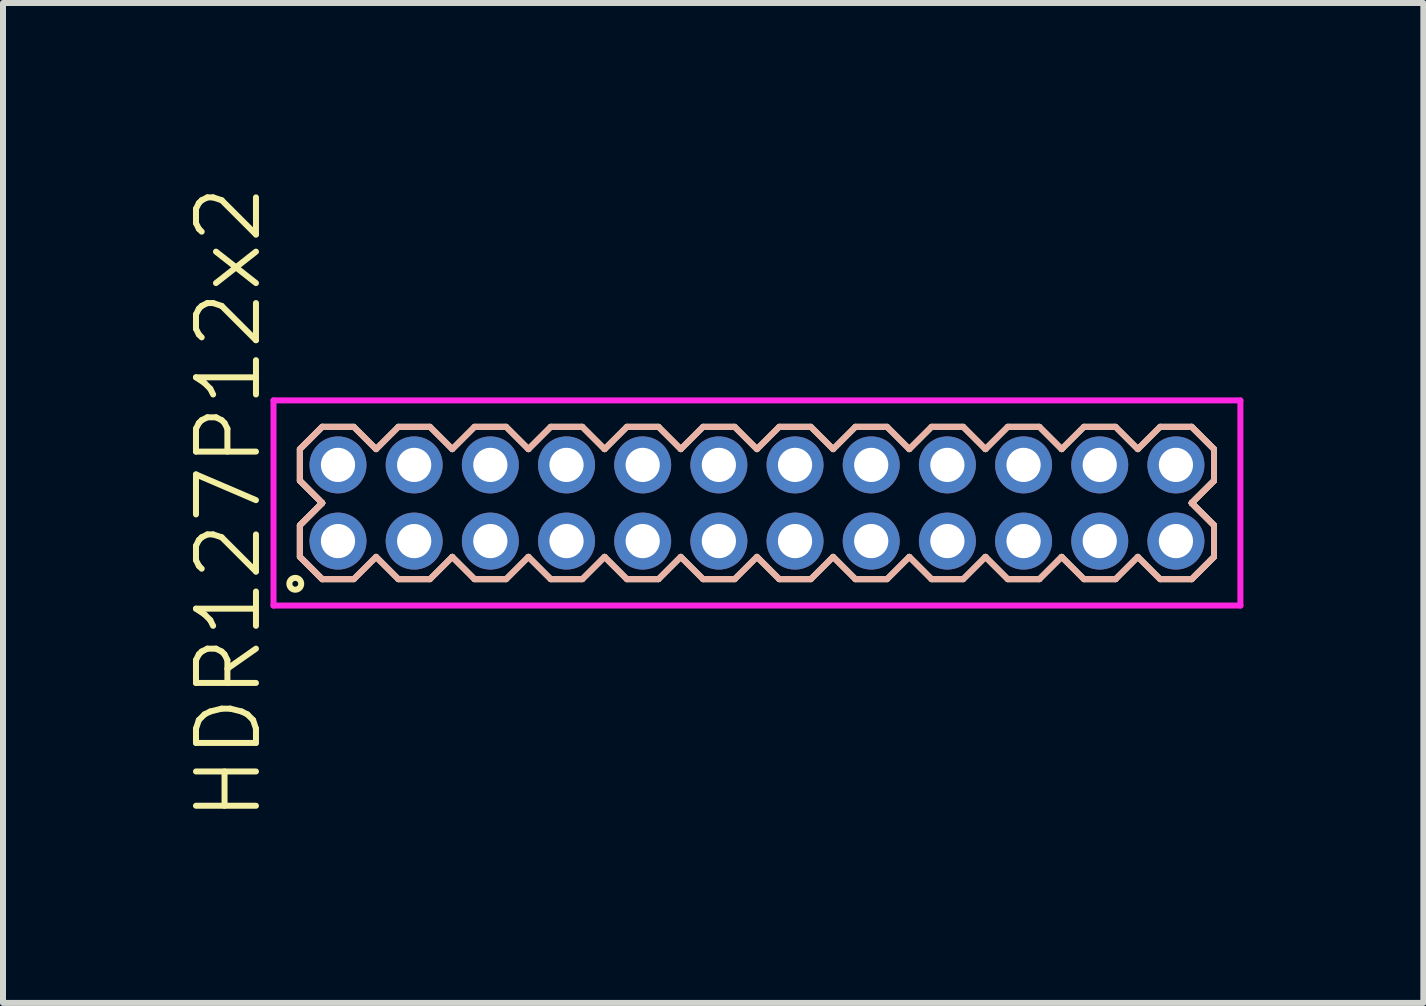
<source format=kicad_pcb>
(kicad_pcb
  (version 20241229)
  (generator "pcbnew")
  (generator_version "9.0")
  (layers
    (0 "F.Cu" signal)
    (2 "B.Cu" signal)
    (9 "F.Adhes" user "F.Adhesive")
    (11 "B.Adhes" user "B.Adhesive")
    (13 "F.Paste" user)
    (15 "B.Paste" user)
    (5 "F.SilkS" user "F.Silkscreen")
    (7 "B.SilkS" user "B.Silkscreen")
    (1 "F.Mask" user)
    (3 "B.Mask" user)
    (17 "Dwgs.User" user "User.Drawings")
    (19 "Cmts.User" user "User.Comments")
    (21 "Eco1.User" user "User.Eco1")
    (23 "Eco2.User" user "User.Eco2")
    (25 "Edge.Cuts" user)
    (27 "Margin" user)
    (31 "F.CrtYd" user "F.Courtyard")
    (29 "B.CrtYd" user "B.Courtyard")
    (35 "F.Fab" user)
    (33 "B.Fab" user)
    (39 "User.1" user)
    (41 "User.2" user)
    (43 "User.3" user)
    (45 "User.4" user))
  (footprint "HDR127P12x2"
    (layer "F.Cu")
    (at 9.57 5.336)
    (property "Reference" "HDR127P12x2" (at -8.81 0 90) (layer "F.SilkS") (effects (font (size 1 1) (thickness 0.1))))
    (attr through_hole)
    (fp_line (start -7.62 -0.898) (end -7.248 -1.27) (stroke (width 0.1) (type solid)) (layer "F.SilkS"))
    (fp_line (start -7.62 -0.898) (end -7.248 -1.27) (stroke (width 0.1) (type solid)) (layer "F.SilkS"))
    (fp_line (start -7.62 -0.372) (end -7.62 -0.898) (stroke (width 0.1) (type solid)) (layer "F.SilkS"))
    (fp_line (start -7.62 -0.372) (end -7.62 -0.898) (stroke (width 0.1) (type solid)) (layer "F.SilkS"))
    (fp_line (start -7.62 0.372) (end -7.248 0) (stroke (width 0.1) (type solid)) (layer "F.SilkS"))
    (fp_line (start -7.62 0.372) (end -7.248 0) (stroke (width 0.1) (type solid)) (layer "F.SilkS"))
    (fp_line (start -7.62 0.898) (end -7.62 0.372) (stroke (width 0.1) (type solid)) (layer "F.SilkS"))
    (fp_line (start -7.62 0.898) (end -7.62 0.372) (stroke (width 0.1) (type solid)) (layer "F.SilkS"))
    (fp_line (start -7.248 -1.27) (end -6.722 -1.27) (stroke (width 0.1) (type solid)) (layer "F.SilkS"))
    (fp_line (start -7.248 0) (end -7.62 -0.372) (stroke (width 0.1) (type solid)) (layer "F.SilkS"))
    (fp_line (start -7.248 0) (end -7.62 -0.372) (stroke (width 0.1) (type solid)) (layer "F.SilkS"))
    (fp_line (start -7.248 1.27) (end -7.62 0.898) (stroke (width 0.1) (type solid)) (layer "F.SilkS"))
    (fp_line (start -7.248 1.27) (end -7.62 0.898) (stroke (width 0.1) (type solid)) (layer "F.SilkS"))
    (fp_line (start -6.722 -1.27) (end -6.35 -0.898) (stroke (width 0.1) (type solid)) (layer "F.SilkS"))
    (fp_line (start -6.722 1.27) (end -7.248 1.27) (stroke (width 0.1) (type solid)) (layer "F.SilkS"))
    (fp_line (start -6.35 -0.898) (end -5.978 -1.27) (stroke (width 0.1) (type solid)) (layer "F.SilkS"))
    (fp_line (start -6.35 0.898) (end -6.722 1.27) (stroke (width 0.1) (type solid)) (layer "F.SilkS"))
    (fp_line (start -5.978 -1.27) (end -5.452 -1.27) (stroke (width 0.1) (type solid)) (layer "F.SilkS"))
    (fp_line (start -5.978 1.27) (end -6.35 0.898) (stroke (width 0.1) (type solid)) (layer "F.SilkS"))
    (fp_line (start -5.452 -1.27) (end -5.08 -0.898) (stroke (width 0.1) (type solid)) (layer "F.SilkS"))
    (fp_line (start -5.452 1.27) (end -5.978 1.27) (stroke (width 0.1) (type solid)) (layer "F.SilkS"))
    (fp_line (start -5.08 -0.898) (end -4.708 -1.27) (stroke (width 0.1) (type solid)) (layer "F.SilkS"))
    (fp_line (start -5.08 0.898) (end -5.452 1.27) (stroke (width 0.1) (type solid)) (layer "F.SilkS"))
    (fp_line (start -4.708 -1.27) (end -4.182 -1.27) (stroke (width 0.1) (type solid)) (layer "F.SilkS"))
    (fp_line (start -4.708 1.27) (end -5.08 0.898) (stroke (width 0.1) (type solid)) (layer "F.SilkS"))
    (fp_line (start -4.182 -1.27) (end -3.81 -0.898) (stroke (width 0.1) (type solid)) (layer "F.SilkS"))
    (fp_line (start -4.182 1.27) (end -4.708 1.27) (stroke (width 0.1) (type solid)) (layer "F.SilkS"))
    (fp_line (start -3.81 -0.898) (end -3.438 -1.27) (stroke (width 0.1) (type solid)) (layer "F.SilkS"))
    (fp_line (start -3.81 0.898) (end -4.182 1.27) (stroke (width 0.1) (type solid)) (layer "F.SilkS"))
    (fp_line (start -3.438 -1.27) (end -2.912 -1.27) (stroke (width 0.1) (type solid)) (layer "F.SilkS"))
    (fp_line (start -3.438 1.27) (end -3.81 0.898) (stroke (width 0.1) (type solid)) (layer "F.SilkS"))
    (fp_line (start -2.912 -1.27) (end -2.54 -0.898) (stroke (width 0.1) (type solid)) (layer "F.SilkS"))
    (fp_line (start -2.912 1.27) (end -3.438 1.27) (stroke (width 0.1) (type solid)) (layer "F.SilkS"))
    (fp_line (start -2.54 -0.898) (end -2.168 -1.27) (stroke (width 0.1) (type solid)) (layer "F.SilkS"))
    (fp_line (start -2.54 0.898) (end -2.912 1.27) (stroke (width 0.1) (type solid)) (layer "F.SilkS"))
    (fp_line (start -2.168 -1.27) (end -1.642 -1.27) (stroke (width 0.1) (type solid)) (layer "F.SilkS"))
    (fp_line (start -2.168 1.27) (end -2.54 0.898) (stroke (width 0.1) (type solid)) (layer "F.SilkS"))
    (fp_line (start -1.642 -1.27) (end -1.27 -0.898) (stroke (width 0.1) (type solid)) (layer "F.SilkS"))
    (fp_line (start -1.642 1.27) (end -2.168 1.27) (stroke (width 0.1) (type solid)) (layer "F.SilkS"))
    (fp_line (start -1.27 -0.898) (end -0.898 -1.27) (stroke (width 0.1) (type solid)) (layer "F.SilkS"))
    (fp_line (start -1.27 0.898) (end -1.642 1.27) (stroke (width 0.1) (type solid)) (layer "F.SilkS"))
    (fp_line (start -0.898 -1.27) (end -0.372 -1.27) (stroke (width 0.1) (type solid)) (layer "F.SilkS"))
    (fp_line (start -0.898 1.27) (end -1.27 0.898) (stroke (width 0.1) (type solid)) (layer "F.SilkS"))
    (fp_line (start -0.372 -1.27) (end 0 -0.898) (stroke (width 0.1) (type solid)) (layer "F.SilkS"))
    (fp_line (start -0.372 1.27) (end -0.898 1.27) (stroke (width 0.1) (type solid)) (layer "F.SilkS"))
    (fp_line (start 0 -0.898) (end 0.372 -1.27) (stroke (width 0.1) (type solid)) (layer "F.SilkS"))
    (fp_line (start 0 0.898) (end -0.372 1.27) (stroke (width 0.1) (type solid)) (layer "F.SilkS"))
    (fp_line (start 0.372 -1.27) (end 0.898 -1.27) (stroke (width 0.1) (type solid)) (layer "F.SilkS"))
    (fp_line (start 0.372 1.27) (end 0 0.898) (stroke (width 0.1) (type solid)) (layer "F.SilkS"))
    (fp_line (start 0.898 -1.27) (end 1.27 -0.898) (stroke (width 0.1) (type solid)) (layer "F.SilkS"))
    (fp_line (start 0.898 1.27) (end 0.372 1.27) (stroke (width 0.1) (type solid)) (layer "F.SilkS"))
    (fp_line (start 1.27 -0.898) (end 1.642 -1.27) (stroke (width 0.1) (type solid)) (layer "F.SilkS"))
    (fp_line (start 1.27 0.898) (end 0.898 1.27) (stroke (width 0.1) (type solid)) (layer "F.SilkS"))
    (fp_line (start 1.642 -1.27) (end 2.168 -1.27) (stroke (width 0.1) (type solid)) (layer "F.SilkS"))
    (fp_line (start 1.642 1.27) (end 1.27 0.898) (stroke (width 0.1) (type solid)) (layer "F.SilkS"))
    (fp_line (start 2.168 -1.27) (end 2.54 -0.898) (stroke (width 0.1) (type solid)) (layer "F.SilkS"))
    (fp_line (start 2.168 1.27) (end 1.642 1.27) (stroke (width 0.1) (type solid)) (layer "F.SilkS"))
    (fp_line (start 2.54 -0.898) (end 2.912 -1.27) (stroke (width 0.1) (type solid)) (layer "F.SilkS"))
    (fp_line (start 2.54 0.898) (end 2.168 1.27) (stroke (width 0.1) (type solid)) (layer "F.SilkS"))
    (fp_line (start 2.912 -1.27) (end 3.438 -1.27) (stroke (width 0.1) (type solid)) (layer "F.SilkS"))
    (fp_line (start 2.912 1.27) (end 2.54 0.898) (stroke (width 0.1) (type solid)) (layer "F.SilkS"))
    (fp_line (start 3.438 -1.27) (end 3.81 -0.898) (stroke (width 0.1) (type solid)) (layer "F.SilkS"))
    (fp_line (start 3.438 1.27) (end 2.912 1.27) (stroke (width 0.1) (type solid)) (layer "F.SilkS"))
    (fp_line (start 3.81 -0.898) (end 4.182 -1.27) (stroke (width 0.1) (type solid)) (layer "F.SilkS"))
    (fp_line (start 3.81 0.898) (end 3.438 1.27) (stroke (width 0.1) (type solid)) (layer "F.SilkS"))
    (fp_line (start 4.182 -1.27) (end 4.708 -1.27) (stroke (width 0.1) (type solid)) (layer "F.SilkS"))
    (fp_line (start 4.182 1.27) (end 3.81 0.898) (stroke (width 0.1) (type solid)) (layer "F.SilkS"))
    (fp_line (start 4.708 -1.27) (end 5.08 -0.898) (stroke (width 0.1) (type solid)) (layer "F.SilkS"))
    (fp_line (start 4.708 1.27) (end 4.182 1.27) (stroke (width 0.1) (type solid)) (layer "F.SilkS"))
    (fp_line (start 5.08 -0.898) (end 5.452 -1.27) (stroke (width 0.1) (type solid)) (layer "F.SilkS"))
    (fp_line (start 5.08 0.898) (end 4.708 1.27) (stroke (width 0.1) (type solid)) (layer "F.SilkS"))
    (fp_line (start 5.452 -1.27) (end 5.978 -1.27) (stroke (width 0.1) (type solid)) (layer "F.SilkS"))
    (fp_line (start 5.452 1.27) (end 5.08 0.898) (stroke (width 0.1) (type solid)) (layer "F.SilkS"))
    (fp_line (start 5.978 -1.27) (end 6.35 -0.898) (stroke (width 0.1) (type solid)) (layer "F.SilkS"))
    (fp_line (start 5.978 1.27) (end 5.452 1.27) (stroke (width 0.1) (type solid)) (layer "F.SilkS"))
    (fp_line (start 6.35 -0.898) (end 6.722 -1.27) (stroke (width 0.1) (type solid)) (layer "F.SilkS"))
    (fp_line (start 6.35 0.898) (end 5.978 1.27) (stroke (width 0.1) (type solid)) (layer "F.SilkS"))
    (fp_line (start 6.722 -1.27) (end 7.248 -1.27) (stroke (width 0.1) (type solid)) (layer "F.SilkS"))
    (fp_line (start 6.722 1.27) (end 6.35 0.898) (stroke (width 0.1) (type solid)) (layer "F.SilkS"))
    (fp_line (start 7.248 -1.27) (end 7.62 -0.898) (stroke (width 0.1) (type solid)) (layer "F.SilkS"))
    (fp_line (start 7.248 -1.27) (end 7.62 -0.898) (stroke (width 0.1) (type solid)) (layer "F.SilkS"))
    (fp_line (start 7.248 0) (end 7.62 0.372) (stroke (width 0.1) (type solid)) (layer "F.SilkS"))
    (fp_line (start 7.248 0) (end 7.62 0.372) (stroke (width 0.1) (type solid)) (layer "F.SilkS"))
    (fp_line (start 7.248 1.27) (end 6.722 1.27) (stroke (width 0.1) (type solid)) (layer "F.SilkS"))
    (fp_line (start 7.62 -0.898) (end 7.62 -0.372) (stroke (width 0.1) (type solid)) (layer "F.SilkS"))
    (fp_line (start 7.62 -0.898) (end 7.62 -0.372) (stroke (width 0.1) (type solid)) (layer "F.SilkS"))
    (fp_line (start 7.62 -0.372) (end 7.248 0) (stroke (width 0.1) (type solid)) (layer "F.SilkS"))
    (fp_line (start 7.62 -0.372) (end 7.248 0) (stroke (width 0.1) (type solid)) (layer "F.SilkS"))
    (fp_line (start 7.62 0.372) (end 7.62 0.898) (stroke (width 0.1) (type solid)) (layer "F.SilkS"))
    (fp_line (start 7.62 0.372) (end 7.62 0.898) (stroke (width 0.1) (type solid)) (layer "F.SilkS"))
    (fp_line (start 7.62 0.898) (end 7.248 1.27) (stroke (width 0.1) (type solid)) (layer "F.SilkS"))
    (fp_line (start 7.62 0.898) (end 7.248 1.27) (stroke (width 0.1) (type solid)) (layer "F.SilkS"))
    (fp_circle (center -7.697 1.347) (end -7.598 1.347) (stroke (width 0.1) (type solid)) (fill no) (layer "F.SilkS"))
    (fp_line (start -7.62 -0.898) (end -7.248 -1.27) (stroke (width 0.1) (type solid)) (layer "B.SilkS"))
    (fp_line (start -7.62 -0.898) (end -7.248 -1.27) (stroke (width 0.1) (type solid)) (layer "B.SilkS"))
    (fp_line (start -7.62 -0.372) (end -7.62 -0.898) (stroke (width 0.1) (type solid)) (layer "B.SilkS"))
    (fp_line (start -7.62 -0.372) (end -7.62 -0.898) (stroke (width 0.1) (type solid)) (layer "B.SilkS"))
    (fp_line (start -7.62 0.372) (end -7.248 0) (stroke (width 0.1) (type solid)) (layer "B.SilkS"))
    (fp_line (start -7.62 0.372) (end -7.248 0) (stroke (width 0.1) (type solid)) (layer "B.SilkS"))
    (fp_line (start -7.62 0.898) (end -7.62 0.372) (stroke (width 0.1) (type solid)) (layer "B.SilkS"))
    (fp_line (start -7.62 0.898) (end -7.62 0.372) (stroke (width 0.1) (type solid)) (layer "B.SilkS"))
    (fp_line (start -7.248 -1.27) (end -6.722 -1.27) (stroke (width 0.1) (type solid)) (layer "B.SilkS"))
    (fp_line (start -7.248 0) (end -7.62 -0.372) (stroke (width 0.1) (type solid)) (layer "B.SilkS"))
    (fp_line (start -7.248 0) (end -7.62 -0.372) (stroke (width 0.1) (type solid)) (layer "B.SilkS"))
    (fp_line (start -7.248 1.27) (end -7.62 0.898) (stroke (width 0.1) (type solid)) (layer "B.SilkS"))
    (fp_line (start -7.248 1.27) (end -7.62 0.898) (stroke (width 0.1) (type solid)) (layer "B.SilkS"))
    (fp_line (start -6.722 -1.27) (end -6.35 -0.898) (stroke (width 0.1) (type solid)) (layer "B.SilkS"))
    (fp_line (start -6.722 1.27) (end -7.248 1.27) (stroke (width 0.1) (type solid)) (layer "B.SilkS"))
    (fp_line (start -6.35 -0.898) (end -5.978 -1.27) (stroke (width 0.1) (type solid)) (layer "B.SilkS"))
    (fp_line (start -6.35 0.898) (end -6.722 1.27) (stroke (width 0.1) (type solid)) (layer "B.SilkS"))
    (fp_line (start -5.978 -1.27) (end -5.452 -1.27) (stroke (width 0.1) (type solid)) (layer "B.SilkS"))
    (fp_line (start -5.978 1.27) (end -6.35 0.898) (stroke (width 0.1) (type solid)) (layer "B.SilkS"))
    (fp_line (start -5.452 -1.27) (end -5.08 -0.898) (stroke (width 0.1) (type solid)) (layer "B.SilkS"))
    (fp_line (start -5.452 1.27) (end -5.978 1.27) (stroke (width 0.1) (type solid)) (layer "B.SilkS"))
    (fp_line (start -5.08 -0.898) (end -4.708 -1.27) (stroke (width 0.1) (type solid)) (layer "B.SilkS"))
    (fp_line (start -5.08 0.898) (end -5.452 1.27) (stroke (width 0.1) (type solid)) (layer "B.SilkS"))
    (fp_line (start -4.708 -1.27) (end -4.182 -1.27) (stroke (width 0.1) (type solid)) (layer "B.SilkS"))
    (fp_line (start -4.708 1.27) (end -5.08 0.898) (stroke (width 0.1) (type solid)) (layer "B.SilkS"))
    (fp_line (start -4.182 -1.27) (end -3.81 -0.898) (stroke (width 0.1) (type solid)) (layer "B.SilkS"))
    (fp_line (start -4.182 1.27) (end -4.708 1.27) (stroke (width 0.1) (type solid)) (layer "B.SilkS"))
    (fp_line (start -3.81 -0.898) (end -3.438 -1.27) (stroke (width 0.1) (type solid)) (layer "B.SilkS"))
    (fp_line (start -3.81 0.898) (end -4.182 1.27) (stroke (width 0.1) (type solid)) (layer "B.SilkS"))
    (fp_line (start -3.438 -1.27) (end -2.912 -1.27) (stroke (width 0.1) (type solid)) (layer "B.SilkS"))
    (fp_line (start -3.438 1.27) (end -3.81 0.898) (stroke (width 0.1) (type solid)) (layer "B.SilkS"))
    (fp_line (start -2.912 -1.27) (end -2.54 -0.898) (stroke (width 0.1) (type solid)) (layer "B.SilkS"))
    (fp_line (start -2.912 1.27) (end -3.438 1.27) (stroke (width 0.1) (type solid)) (layer "B.SilkS"))
    (fp_line (start -2.54 -0.898) (end -2.168 -1.27) (stroke (width 0.1) (type solid)) (layer "B.SilkS"))
    (fp_line (start -2.54 0.898) (end -2.912 1.27) (stroke (width 0.1) (type solid)) (layer "B.SilkS"))
    (fp_line (start -2.168 -1.27) (end -1.642 -1.27) (stroke (width 0.1) (type solid)) (layer "B.SilkS"))
    (fp_line (start -2.168 1.27) (end -2.54 0.898) (stroke (width 0.1) (type solid)) (layer "B.SilkS"))
    (fp_line (start -1.642 -1.27) (end -1.27 -0.898) (stroke (width 0.1) (type solid)) (layer "B.SilkS"))
    (fp_line (start -1.642 1.27) (end -2.168 1.27) (stroke (width 0.1) (type solid)) (layer "B.SilkS"))
    (fp_line (start -1.27 -0.898) (end -0.898 -1.27) (stroke (width 0.1) (type solid)) (layer "B.SilkS"))
    (fp_line (start -1.27 0.898) (end -1.642 1.27) (stroke (width 0.1) (type solid)) (layer "B.SilkS"))
    (fp_line (start -0.898 -1.27) (end -0.372 -1.27) (stroke (width 0.1) (type solid)) (layer "B.SilkS"))
    (fp_line (start -0.898 1.27) (end -1.27 0.898) (stroke (width 0.1) (type solid)) (layer "B.SilkS"))
    (fp_line (start -0.372 -1.27) (end 0 -0.898) (stroke (width 0.1) (type solid)) (layer "B.SilkS"))
    (fp_line (start -0.372 1.27) (end -0.898 1.27) (stroke (width 0.1) (type solid)) (layer "B.SilkS"))
    (fp_line (start 0 -0.898) (end 0.372 -1.27) (stroke (width 0.1) (type solid)) (layer "B.SilkS"))
    (fp_line (start 0 0.898) (end -0.372 1.27) (stroke (width 0.1) (type solid)) (layer "B.SilkS"))
    (fp_line (start 0.372 -1.27) (end 0.898 -1.27) (stroke (width 0.1) (type solid)) (layer "B.SilkS"))
    (fp_line (start 0.372 1.27) (end 0 0.898) (stroke (width 0.1) (type solid)) (layer "B.SilkS"))
    (fp_line (start 0.898 -1.27) (end 1.27 -0.898) (stroke (width 0.1) (type solid)) (layer "B.SilkS"))
    (fp_line (start 0.898 1.27) (end 0.372 1.27) (stroke (width 0.1) (type solid)) (layer "B.SilkS"))
    (fp_line (start 1.27 -0.898) (end 1.642 -1.27) (stroke (width 0.1) (type solid)) (layer "B.SilkS"))
    (fp_line (start 1.27 0.898) (end 0.898 1.27) (stroke (width 0.1) (type solid)) (layer "B.SilkS"))
    (fp_line (start 1.642 -1.27) (end 2.168 -1.27) (stroke (width 0.1) (type solid)) (layer "B.SilkS"))
    (fp_line (start 1.642 1.27) (end 1.27 0.898) (stroke (width 0.1) (type solid)) (layer "B.SilkS"))
    (fp_line (start 2.168 -1.27) (end 2.54 -0.898) (stroke (width 0.1) (type solid)) (layer "B.SilkS"))
    (fp_line (start 2.168 1.27) (end 1.642 1.27) (stroke (width 0.1) (type solid)) (layer "B.SilkS"))
    (fp_line (start 2.54 -0.898) (end 2.912 -1.27) (stroke (width 0.1) (type solid)) (layer "B.SilkS"))
    (fp_line (start 2.54 0.898) (end 2.168 1.27) (stroke (width 0.1) (type solid)) (layer "B.SilkS"))
    (fp_line (start 2.912 -1.27) (end 3.438 -1.27) (stroke (width 0.1) (type solid)) (layer "B.SilkS"))
    (fp_line (start 2.912 1.27) (end 2.54 0.898) (stroke (width 0.1) (type solid)) (layer "B.SilkS"))
    (fp_line (start 3.438 -1.27) (end 3.81 -0.898) (stroke (width 0.1) (type solid)) (layer "B.SilkS"))
    (fp_line (start 3.438 1.27) (end 2.912 1.27) (stroke (width 0.1) (type solid)) (layer "B.SilkS"))
    (fp_line (start 3.81 -0.898) (end 4.182 -1.27) (stroke (width 0.1) (type solid)) (layer "B.SilkS"))
    (fp_line (start 3.81 0.898) (end 3.438 1.27) (stroke (width 0.1) (type solid)) (layer "B.SilkS"))
    (fp_line (start 4.182 -1.27) (end 4.708 -1.27) (stroke (width 0.1) (type solid)) (layer "B.SilkS"))
    (fp_line (start 4.182 1.27) (end 3.81 0.898) (stroke (width 0.1) (type solid)) (layer "B.SilkS"))
    (fp_line (start 4.708 -1.27) (end 5.08 -0.898) (stroke (width 0.1) (type solid)) (layer "B.SilkS"))
    (fp_line (start 4.708 1.27) (end 4.182 1.27) (stroke (width 0.1) (type solid)) (layer "B.SilkS"))
    (fp_line (start 5.08 -0.898) (end 5.452 -1.27) (stroke (width 0.1) (type solid)) (layer "B.SilkS"))
    (fp_line (start 5.08 0.898) (end 4.708 1.27) (stroke (width 0.1) (type solid)) (layer "B.SilkS"))
    (fp_line (start 5.452 -1.27) (end 5.978 -1.27) (stroke (width 0.1) (type solid)) (layer "B.SilkS"))
    (fp_line (start 5.452 1.27) (end 5.08 0.898) (stroke (width 0.1) (type solid)) (layer "B.SilkS"))
    (fp_line (start 5.978 -1.27) (end 6.35 -0.898) (stroke (width 0.1) (type solid)) (layer "B.SilkS"))
    (fp_line (start 5.978 1.27) (end 5.452 1.27) (stroke (width 0.1) (type solid)) (layer "B.SilkS"))
    (fp_line (start 6.35 -0.898) (end 6.722 -1.27) (stroke (width 0.1) (type solid)) (layer "B.SilkS"))
    (fp_line (start 6.35 0.898) (end 5.978 1.27) (stroke (width 0.1) (type solid)) (layer "B.SilkS"))
    (fp_line (start 6.722 -1.27) (end 7.248 -1.27) (stroke (width 0.1) (type solid)) (layer "B.SilkS"))
    (fp_line (start 6.722 1.27) (end 6.35 0.898) (stroke (width 0.1) (type solid)) (layer "B.SilkS"))
    (fp_line (start 7.248 -1.27) (end 7.62 -0.898) (stroke (width 0.1) (type solid)) (layer "B.SilkS"))
    (fp_line (start 7.248 -1.27) (end 7.62 -0.898) (stroke (width 0.1) (type solid)) (layer "B.SilkS"))
    (fp_line (start 7.248 0) (end 7.62 0.372) (stroke (width 0.1) (type solid)) (layer "B.SilkS"))
    (fp_line (start 7.248 0) (end 7.62 0.372) (stroke (width 0.1) (type solid)) (layer "B.SilkS"))
    (fp_line (start 7.248 1.27) (end 6.722 1.27) (stroke (width 0.1) (type solid)) (layer "B.SilkS"))
    (fp_line (start 7.62 -0.898) (end 7.62 -0.372) (stroke (width 0.1) (type solid)) (layer "B.SilkS"))
    (fp_line (start 7.62 -0.898) (end 7.62 -0.372) (stroke (width 0.1) (type solid)) (layer "B.SilkS"))
    (fp_line (start 7.62 -0.372) (end 7.248 0) (stroke (width 0.1) (type solid)) (layer "B.SilkS"))
    (fp_line (start 7.62 -0.372) (end 7.248 0) (stroke (width 0.1) (type solid)) (layer "B.SilkS"))
    (fp_line (start 7.62 0.372) (end 7.62 0.898) (stroke (width 0.1) (type solid)) (layer "B.SilkS"))
    (fp_line (start 7.62 0.372) (end 7.62 0.898) (stroke (width 0.1) (type solid)) (layer "B.SilkS"))
    (fp_line (start 7.62 0.898) (end 7.248 1.27) (stroke (width 0.1) (type solid)) (layer "B.SilkS"))
    (fp_line (start 7.62 0.898) (end 7.248 1.27) (stroke (width 0.1) (type solid)) (layer "B.SilkS"))
    (fp_line (start -8.06 -1.71) (end -8.06 1.71) (stroke (width 0.1) (type solid)) (layer "F.CrtYd"))
    (fp_line (start -8.06 1.71) (end 8.06 1.71) (stroke (width 0.1) (type solid)) (layer "F.CrtYd"))
    (fp_line (start 8.06 -1.71) (end -8.06 -1.71) (stroke (width 0.1) (type solid)) (layer "F.CrtYd"))
    (fp_line (start 8.06 1.71) (end 8.06 -1.71) (stroke (width 0.1) (type solid)) (layer "F.CrtYd"))
    (pad "1" thru_hole oval (at -6.985 0.635) (size 0.95 0.95) (drill 0.57) (layers "*.Cu" "*.Mask"))
    (pad "2" thru_hole oval (at -6.985 -0.635) (size 0.95 0.95) (drill 0.57) (layers "*.Cu" "*.Mask"))
    (pad "3" thru_hole oval (at -5.715 0.635) (size 0.95 0.95) (drill 0.57) (layers "*.Cu" "*.Mask"))
    (pad "4" thru_hole oval (at -5.715 -0.635) (size 0.95 0.95) (drill 0.57) (layers "*.Cu" "*.Mask"))
    (pad "5" thru_hole oval (at -4.445 0.635) (size 0.95 0.95) (drill 0.57) (layers "*.Cu" "*.Mask"))
    (pad "6" thru_hole oval (at -4.445 -0.635) (size 0.95 0.95) (drill 0.57) (layers "*.Cu" "*.Mask"))
    (pad "7" thru_hole oval (at -3.175 0.635) (size 0.95 0.95) (drill 0.57) (layers "*.Cu" "*.Mask"))
    (pad "8" thru_hole oval (at -3.175 -0.635) (size 0.95 0.95) (drill 0.57) (layers "*.Cu" "*.Mask"))
    (pad "9" thru_hole oval (at -1.905 0.635) (size 0.95 0.95) (drill 0.57) (layers "*.Cu" "*.Mask"))
    (pad "10" thru_hole oval (at -1.905 -0.635) (size 0.95 0.95) (drill 0.57) (layers "*.Cu" "*.Mask"))
    (pad "11" thru_hole oval (at -0.635 0.635) (size 0.95 0.95) (drill 0.57) (layers "*.Cu" "*.Mask"))
    (pad "12" thru_hole oval (at -0.635 -0.635) (size 0.95 0.95) (drill 0.57) (layers "*.Cu" "*.Mask"))
    (pad "13" thru_hole oval (at 0.635 0.635) (size 0.95 0.95) (drill 0.57) (layers "*.Cu" "*.Mask"))
    (pad "14" thru_hole oval (at 0.635 -0.635) (size 0.95 0.95) (drill 0.57) (layers "*.Cu" "*.Mask"))
    (pad "15" thru_hole oval (at 1.905 0.635) (size 0.95 0.95) (drill 0.57) (layers "*.Cu" "*.Mask"))
    (pad "16" thru_hole oval (at 1.905 -0.635) (size 0.95 0.95) (drill 0.57) (layers "*.Cu" "*.Mask"))
    (pad "17" thru_hole oval (at 3.175 0.635) (size 0.95 0.95) (drill 0.57) (layers "*.Cu" "*.Mask"))
    (pad "18" thru_hole oval (at 3.175 -0.635) (size 0.95 0.95) (drill 0.57) (layers "*.Cu" "*.Mask"))
    (pad "19" thru_hole oval (at 4.445 0.635) (size 0.95 0.95) (drill 0.57) (layers "*.Cu" "*.Mask"))
    (pad "20" thru_hole oval (at 4.445 -0.635) (size 0.95 0.95) (drill 0.57) (layers "*.Cu" "*.Mask"))
    (pad "21" thru_hole oval (at 5.715 0.635) (size 0.95 0.95) (drill 0.57) (layers "*.Cu" "*.Mask"))
    (pad "22" thru_hole oval (at 5.715 -0.635) (size 0.95 0.95) (drill 0.57) (layers "*.Cu" "*.Mask"))
    (pad "23" thru_hole oval (at 6.985 0.635) (size 0.95 0.95) (drill 0.57) (layers "*.Cu" "*.Mask"))
    (pad "24" thru_hole oval (at 6.985 -0.635) (size 0.95 0.95) (drill 0.57) (layers "*.Cu" "*.Mask")))
  (gr_rect
    (start -3 -3)
    (end 20.68 13.671)
    (stroke (width 0.1) (type default))
    (fill no)
    (layer "Edge.Cuts")))
</source>
